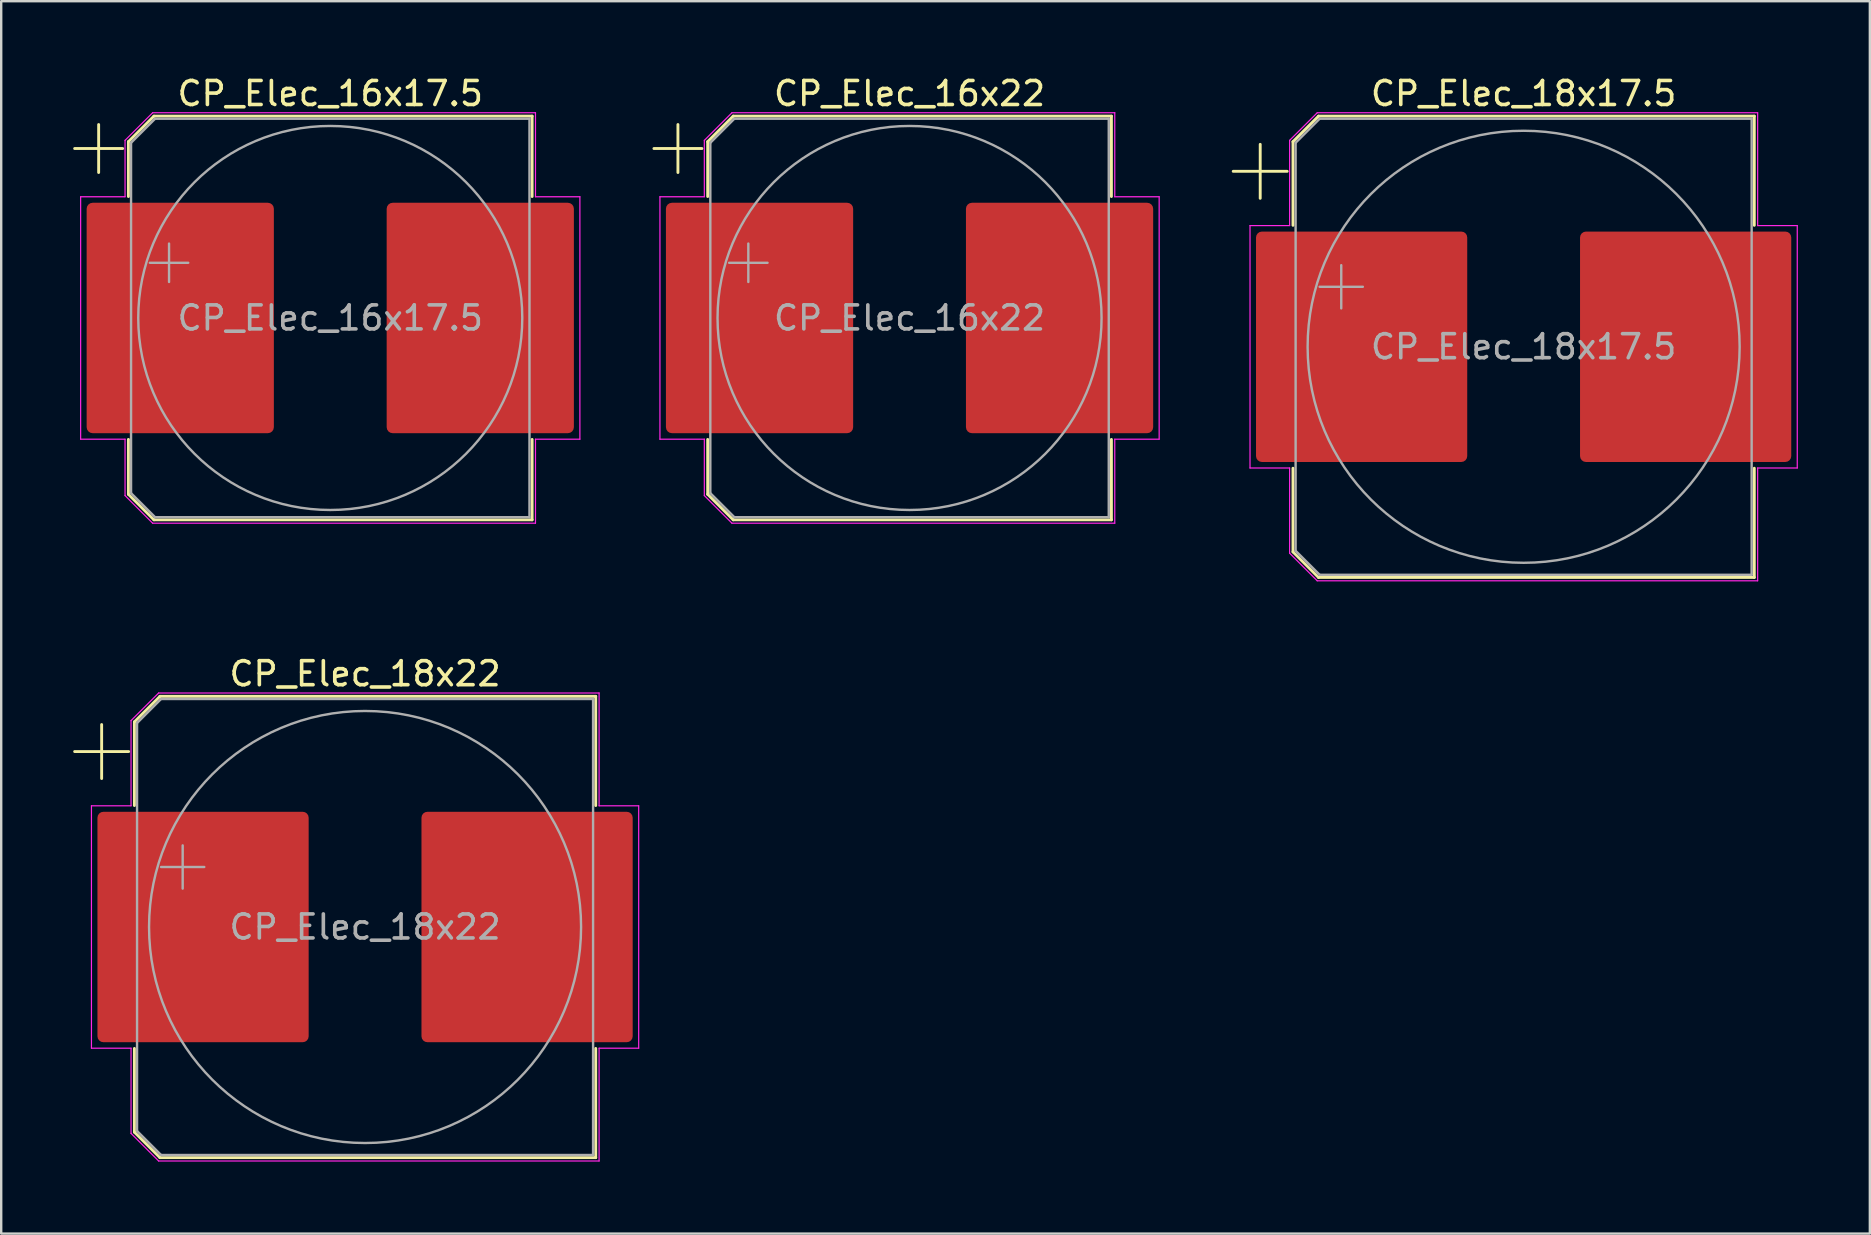
<source format=kicad_pcb>
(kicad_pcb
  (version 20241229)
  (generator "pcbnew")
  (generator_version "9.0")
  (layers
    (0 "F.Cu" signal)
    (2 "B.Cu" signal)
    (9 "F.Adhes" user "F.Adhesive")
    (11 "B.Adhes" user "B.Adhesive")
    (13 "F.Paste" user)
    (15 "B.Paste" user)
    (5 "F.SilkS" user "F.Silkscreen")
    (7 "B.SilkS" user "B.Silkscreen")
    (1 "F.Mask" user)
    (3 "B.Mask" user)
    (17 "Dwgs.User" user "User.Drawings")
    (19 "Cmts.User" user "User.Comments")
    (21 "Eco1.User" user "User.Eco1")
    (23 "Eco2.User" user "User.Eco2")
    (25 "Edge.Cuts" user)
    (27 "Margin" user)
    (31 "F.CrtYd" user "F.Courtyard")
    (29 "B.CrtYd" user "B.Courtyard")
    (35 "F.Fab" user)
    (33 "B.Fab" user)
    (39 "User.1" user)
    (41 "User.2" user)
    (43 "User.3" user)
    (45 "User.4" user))
  (footprint "CP_Elec_18x17.5"
    (layer "F.Cu")
    (at 60.43 11.398)
    (property "Reference" "CP_Elec_18x17.5" (at 0 -10.55 0) (layer "F.SilkS") (effects (font (size 1 1) (thickness 0.15))))
    (attr smd)
    (fp_line (start -12.1 -7.31) (end -9.85 -7.31) (stroke (width 0.12) (type solid)) (layer "F.SilkS"))
    (fp_line (start -10.975 -8.435) (end -10.975 -6.185) (stroke (width 0.12) (type solid)) (layer "F.SilkS"))
    (fp_line (start -9.61 -8.546) (end -9.61 -5.06) (stroke (width 0.12) (type solid)) (layer "F.SilkS"))
    (fp_line (start -9.61 -8.546) (end -8.546 -9.61) (stroke (width 0.12) (type solid)) (layer "F.SilkS"))
    (fp_line (start -9.61 8.546) (end -9.61 5.06) (stroke (width 0.12) (type solid)) (layer "F.SilkS"))
    (fp_line (start -9.61 8.546) (end -8.546 9.61) (stroke (width 0.12) (type solid)) (layer "F.SilkS"))
    (fp_line (start -8.546 -9.61) (end 9.61 -9.61) (stroke (width 0.12) (type solid)) (layer "F.SilkS"))
    (fp_line (start -8.546 9.61) (end 9.61 9.61) (stroke (width 0.12) (type solid)) (layer "F.SilkS"))
    (fp_line (start 9.61 -9.61) (end 9.61 -5.06) (stroke (width 0.12) (type solid)) (layer "F.SilkS"))
    (fp_line (start 9.61 9.61) (end 9.61 5.06) (stroke (width 0.12) (type solid)) (layer "F.SilkS"))
    (fp_line (start -11.4 -5.05) (end -11.4 5.05) (stroke (width 0.05) (type solid)) (layer "F.CrtYd"))
    (fp_line (start -11.4 5.05) (end -9.75 5.05) (stroke (width 0.05) (type solid)) (layer "F.CrtYd"))
    (fp_line (start -9.75 -8.6) (end -9.75 -5.05) (stroke (width 0.05) (type solid)) (layer "F.CrtYd"))
    (fp_line (start -9.75 -8.6) (end -8.6 -9.75) (stroke (width 0.05) (type solid)) (layer "F.CrtYd"))
    (fp_line (start -9.75 -5.05) (end -11.4 -5.05) (stroke (width 0.05) (type solid)) (layer "F.CrtYd"))
    (fp_line (start -9.75 5.05) (end -9.75 8.6) (stroke (width 0.05) (type solid)) (layer "F.CrtYd"))
    (fp_line (start -9.75 8.6) (end -8.6 9.75) (stroke (width 0.05) (type solid)) (layer "F.CrtYd"))
    (fp_line (start -8.6 -9.75) (end 9.75 -9.75) (stroke (width 0.05) (type solid)) (layer "F.CrtYd"))
    (fp_line (start -8.6 9.75) (end 9.75 9.75) (stroke (width 0.05) (type solid)) (layer "F.CrtYd"))
    (fp_line (start 9.75 -9.75) (end 9.75 -5.05) (stroke (width 0.05) (type solid)) (layer "F.CrtYd"))
    (fp_line (start 9.75 -5.05) (end 11.4 -5.05) (stroke (width 0.05) (type solid)) (layer "F.CrtYd"))
    (fp_line (start 9.75 5.05) (end 9.75 9.75) (stroke (width 0.05) (type solid)) (layer "F.CrtYd"))
    (fp_line (start 11.4 -5.05) (end 11.4 5.05) (stroke (width 0.05) (type solid)) (layer "F.CrtYd"))
    (fp_line (start 11.4 5.05) (end 9.75 5.05) (stroke (width 0.05) (type solid)) (layer "F.CrtYd"))
    (fp_line (start -9.5 -8.5) (end -9.5 8.5) (stroke (width 0.1) (type solid)) (layer "F.Fab"))
    (fp_line (start -9.5 -8.5) (end -8.5 -9.5) (stroke (width 0.1) (type solid)) (layer "F.Fab"))
    (fp_line (start -9.5 8.5) (end -8.5 9.5) (stroke (width 0.1) (type solid)) (layer "F.Fab"))
    (fp_line (start -8.5 -9.5) (end 9.5 -9.5) (stroke (width 0.1) (type solid)) (layer "F.Fab"))
    (fp_line (start -8.5 9.5) (end 9.5 9.5) (stroke (width 0.1) (type solid)) (layer "F.Fab"))
    (fp_line (start -8.499 -2.5) (end -6.699 -2.5) (stroke (width 0.1) (type solid)) (layer "F.Fab"))
    (fp_line (start -7.599 -3.4) (end -7.599 -1.6) (stroke (width 0.1) (type solid)) (layer "F.Fab"))
    (fp_line (start 9.5 -9.5) (end 9.5 9.5) (stroke (width 0.1) (type solid)) (layer "F.Fab"))
    (fp_circle (center 0 0) (end 9 0) (stroke (width 0.1) (type solid)) (fill no) (layer "F.Fab"))
    (fp_text user "${REFERENCE}" (at 0 0 0) (layer "F.Fab") (effects (font (size 1 1) (thickness 0.15))))
    (pad "1" smd roundrect (at -6.75 0) (size 8.8 9.6) (layers "F.Cu" "F.Mask" "F.Paste") (roundrect_rratio 0.028))
    (pad "2" smd roundrect (at 6.75 0) (size 8.8 9.6) (layers "F.Cu" "F.Mask" "F.Paste") (roundrect_rratio 0.028)))
  (footprint "CP_Elec_18x22"
    (layer "F.Cu")
    (at 12.16 35.572)
    (property "Reference" "CP_Elec_18x22" (at 0 -10.55 0) (layer "F.SilkS") (effects (font (size 1 1) (thickness 0.15))))
    (attr smd)
    (fp_line (start -12.1 -7.31) (end -9.85 -7.31) (stroke (width 0.12) (type solid)) (layer "F.SilkS"))
    (fp_line (start -10.975 -8.435) (end -10.975 -6.185) (stroke (width 0.12) (type solid)) (layer "F.SilkS"))
    (fp_line (start -9.61 -8.546) (end -9.61 -5.06) (stroke (width 0.12) (type solid)) (layer "F.SilkS"))
    (fp_line (start -9.61 -8.546) (end -8.546 -9.61) (stroke (width 0.12) (type solid)) (layer "F.SilkS"))
    (fp_line (start -9.61 8.546) (end -9.61 5.06) (stroke (width 0.12) (type solid)) (layer "F.SilkS"))
    (fp_line (start -9.61 8.546) (end -8.546 9.61) (stroke (width 0.12) (type solid)) (layer "F.SilkS"))
    (fp_line (start -8.546 -9.61) (end 9.61 -9.61) (stroke (width 0.12) (type solid)) (layer "F.SilkS"))
    (fp_line (start -8.546 9.61) (end 9.61 9.61) (stroke (width 0.12) (type solid)) (layer "F.SilkS"))
    (fp_line (start 9.61 -9.61) (end 9.61 -5.06) (stroke (width 0.12) (type solid)) (layer "F.SilkS"))
    (fp_line (start 9.61 9.61) (end 9.61 5.06) (stroke (width 0.12) (type solid)) (layer "F.SilkS"))
    (fp_line (start -11.4 -5.05) (end -11.4 5.05) (stroke (width 0.05) (type solid)) (layer "F.CrtYd"))
    (fp_line (start -11.4 5.05) (end -9.75 5.05) (stroke (width 0.05) (type solid)) (layer "F.CrtYd"))
    (fp_line (start -9.75 -8.6) (end -9.75 -5.05) (stroke (width 0.05) (type solid)) (layer "F.CrtYd"))
    (fp_line (start -9.75 -8.6) (end -8.6 -9.75) (stroke (width 0.05) (type solid)) (layer "F.CrtYd"))
    (fp_line (start -9.75 -5.05) (end -11.4 -5.05) (stroke (width 0.05) (type solid)) (layer "F.CrtYd"))
    (fp_line (start -9.75 5.05) (end -9.75 8.6) (stroke (width 0.05) (type solid)) (layer "F.CrtYd"))
    (fp_line (start -9.75 8.6) (end -8.6 9.75) (stroke (width 0.05) (type solid)) (layer "F.CrtYd"))
    (fp_line (start -8.6 -9.75) (end 9.75 -9.75) (stroke (width 0.05) (type solid)) (layer "F.CrtYd"))
    (fp_line (start -8.6 9.75) (end 9.75 9.75) (stroke (width 0.05) (type solid)) (layer "F.CrtYd"))
    (fp_line (start 9.75 -9.75) (end 9.75 -5.05) (stroke (width 0.05) (type solid)) (layer "F.CrtYd"))
    (fp_line (start 9.75 -5.05) (end 11.4 -5.05) (stroke (width 0.05) (type solid)) (layer "F.CrtYd"))
    (fp_line (start 9.75 5.05) (end 9.75 9.75) (stroke (width 0.05) (type solid)) (layer "F.CrtYd"))
    (fp_line (start 11.4 -5.05) (end 11.4 5.05) (stroke (width 0.05) (type solid)) (layer "F.CrtYd"))
    (fp_line (start 11.4 5.05) (end 9.75 5.05) (stroke (width 0.05) (type solid)) (layer "F.CrtYd"))
    (fp_line (start -9.5 -8.5) (end -9.5 8.5) (stroke (width 0.1) (type solid)) (layer "F.Fab"))
    (fp_line (start -9.5 -8.5) (end -8.5 -9.5) (stroke (width 0.1) (type solid)) (layer "F.Fab"))
    (fp_line (start -9.5 8.5) (end -8.5 9.5) (stroke (width 0.1) (type solid)) (layer "F.Fab"))
    (fp_line (start -8.5 -9.5) (end 9.5 -9.5) (stroke (width 0.1) (type solid)) (layer "F.Fab"))
    (fp_line (start -8.5 9.5) (end 9.5 9.5) (stroke (width 0.1) (type solid)) (layer "F.Fab"))
    (fp_line (start -8.499 -2.5) (end -6.699 -2.5) (stroke (width 0.1) (type solid)) (layer "F.Fab"))
    (fp_line (start -7.599 -3.4) (end -7.599 -1.6) (stroke (width 0.1) (type solid)) (layer "F.Fab"))
    (fp_line (start 9.5 -9.5) (end 9.5 9.5) (stroke (width 0.1) (type solid)) (layer "F.Fab"))
    (fp_circle (center 0 0) (end 9 0) (stroke (width 0.1) (type solid)) (fill no) (layer "F.Fab"))
    (fp_text user "${REFERENCE}" (at 0 0 0) (layer "F.Fab") (effects (font (size 1 1) (thickness 0.15))))
    (pad "1" smd roundrect (at -6.75 0) (size 8.8 9.6) (layers "F.Cu" "F.Mask" "F.Paste") (roundrect_rratio 0.028))
    (pad "2" smd roundrect (at 6.75 0) (size 8.8 9.6) (layers "F.Cu" "F.Mask" "F.Paste") (roundrect_rratio 0.028)))
  (footprint "CP_Elec_16x17.5"
    (layer "F.Cu")
    (at 10.71 10.198)
    (property "Reference" "CP_Elec_16x17.5" (at 0 -9.35 0) (layer "F.SilkS") (effects (font (size 1 1) (thickness 0.15))))
    (attr smd)
    (fp_line (start -10.65 -7.06) (end -8.65 -7.06) (stroke (width 0.12) (type solid)) (layer "F.SilkS"))
    (fp_line (start -9.65 -8.06) (end -9.65 -6.06) (stroke (width 0.12) (type solid)) (layer "F.SilkS"))
    (fp_line (start -8.41 -7.346) (end -8.41 -5.06) (stroke (width 0.12) (type solid)) (layer "F.SilkS"))
    (fp_line (start -8.41 -7.346) (end -7.346 -8.41) (stroke (width 0.12) (type solid)) (layer "F.SilkS"))
    (fp_line (start -8.41 7.346) (end -8.41 5.06) (stroke (width 0.12) (type solid)) (layer "F.SilkS"))
    (fp_line (start -8.41 7.346) (end -7.346 8.41) (stroke (width 0.12) (type solid)) (layer "F.SilkS"))
    (fp_line (start -7.346 -8.41) (end 8.41 -8.41) (stroke (width 0.12) (type solid)) (layer "F.SilkS"))
    (fp_line (start -7.346 8.41) (end 8.41 8.41) (stroke (width 0.12) (type solid)) (layer "F.SilkS"))
    (fp_line (start 8.41 -8.41) (end 8.41 -5.06) (stroke (width 0.12) (type solid)) (layer "F.SilkS"))
    (fp_line (start 8.41 8.41) (end 8.41 5.06) (stroke (width 0.12) (type solid)) (layer "F.SilkS"))
    (fp_line (start -10.4 -5.05) (end -10.4 5.05) (stroke (width 0.05) (type solid)) (layer "F.CrtYd"))
    (fp_line (start -10.4 5.05) (end -8.55 5.05) (stroke (width 0.05) (type solid)) (layer "F.CrtYd"))
    (fp_line (start -8.55 -7.4) (end -8.55 -5.05) (stroke (width 0.05) (type solid)) (layer "F.CrtYd"))
    (fp_line (start -8.55 -7.4) (end -7.4 -8.55) (stroke (width 0.05) (type solid)) (layer "F.CrtYd"))
    (fp_line (start -8.55 -5.05) (end -10.4 -5.05) (stroke (width 0.05) (type solid)) (layer "F.CrtYd"))
    (fp_line (start -8.55 5.05) (end -8.55 7.4) (stroke (width 0.05) (type solid)) (layer "F.CrtYd"))
    (fp_line (start -8.55 7.4) (end -7.4 8.55) (stroke (width 0.05) (type solid)) (layer "F.CrtYd"))
    (fp_line (start -7.4 -8.55) (end 8.55 -8.55) (stroke (width 0.05) (type solid)) (layer "F.CrtYd"))
    (fp_line (start -7.4 8.55) (end 8.55 8.55) (stroke (width 0.05) (type solid)) (layer "F.CrtYd"))
    (fp_line (start 8.55 -8.55) (end 8.55 -5.05) (stroke (width 0.05) (type solid)) (layer "F.CrtYd"))
    (fp_line (start 8.55 -5.05) (end 10.4 -5.05) (stroke (width 0.05) (type solid)) (layer "F.CrtYd"))
    (fp_line (start 8.55 5.05) (end 8.55 8.55) (stroke (width 0.05) (type solid)) (layer "F.CrtYd"))
    (fp_line (start 10.4 -5.05) (end 10.4 5.05) (stroke (width 0.05) (type solid)) (layer "F.CrtYd"))
    (fp_line (start 10.4 5.05) (end 8.55 5.05) (stroke (width 0.05) (type solid)) (layer "F.CrtYd"))
    (fp_line (start -8.3 -7.3) (end -8.3 7.3) (stroke (width 0.1) (type solid)) (layer "F.Fab"))
    (fp_line (start -8.3 -7.3) (end -7.3 -8.3) (stroke (width 0.1) (type solid)) (layer "F.Fab"))
    (fp_line (start -8.3 7.3) (end -7.3 8.3) (stroke (width 0.1) (type solid)) (layer "F.Fab"))
    (fp_line (start -7.517 -2.3) (end -5.917 -2.3) (stroke (width 0.1) (type solid)) (layer "F.Fab"))
    (fp_line (start -7.3 -8.3) (end 8.3 -8.3) (stroke (width 0.1) (type solid)) (layer "F.Fab"))
    (fp_line (start -7.3 8.3) (end 8.3 8.3) (stroke (width 0.1) (type solid)) (layer "F.Fab"))
    (fp_line (start -6.717 -3.1) (end -6.717 -1.5) (stroke (width 0.1) (type solid)) (layer "F.Fab"))
    (fp_line (start 8.3 -8.3) (end 8.3 8.3) (stroke (width 0.1) (type solid)) (layer "F.Fab"))
    (fp_circle (center 0 0) (end 8 0) (stroke (width 0.1) (type solid)) (fill no) (layer "F.Fab"))
    (fp_text user "${REFERENCE}" (at 0 0 0) (layer "F.Fab") (effects (font (size 1 1) (thickness 0.15))))
    (pad "1" smd roundrect (at -6.25 0) (size 7.8 9.6) (layers "F.Cu" "F.Mask" "F.Paste") (roundrect_rratio 0.032))
    (pad "2" smd roundrect (at 6.25 0) (size 7.8 9.6) (layers "F.Cu" "F.Mask" "F.Paste") (roundrect_rratio 0.032)))
  (footprint "CP_Elec_16x22"
    (layer "F.Cu")
    (at 34.845 10.198)
    (property "Reference" "CP_Elec_16x22" (at 0 -9.35 0) (layer "F.SilkS") (effects (font (size 1 1) (thickness 0.15))))
    (attr smd)
    (fp_line (start -10.65 -7.06) (end -8.65 -7.06) (stroke (width 0.12) (type solid)) (layer "F.SilkS"))
    (fp_line (start -9.65 -8.06) (end -9.65 -6.06) (stroke (width 0.12) (type solid)) (layer "F.SilkS"))
    (fp_line (start -8.41 -7.346) (end -8.41 -5.06) (stroke (width 0.12) (type solid)) (layer "F.SilkS"))
    (fp_line (start -8.41 -7.346) (end -7.346 -8.41) (stroke (width 0.12) (type solid)) (layer "F.SilkS"))
    (fp_line (start -8.41 7.346) (end -8.41 5.06) (stroke (width 0.12) (type solid)) (layer "F.SilkS"))
    (fp_line (start -8.41 7.346) (end -7.346 8.41) (stroke (width 0.12) (type solid)) (layer "F.SilkS"))
    (fp_line (start -7.346 -8.41) (end 8.41 -8.41) (stroke (width 0.12) (type solid)) (layer "F.SilkS"))
    (fp_line (start -7.346 8.41) (end 8.41 8.41) (stroke (width 0.12) (type solid)) (layer "F.SilkS"))
    (fp_line (start 8.41 -8.41) (end 8.41 -5.06) (stroke (width 0.12) (type solid)) (layer "F.SilkS"))
    (fp_line (start 8.41 8.41) (end 8.41 5.06) (stroke (width 0.12) (type solid)) (layer "F.SilkS"))
    (fp_line (start -10.4 -5.05) (end -10.4 5.05) (stroke (width 0.05) (type solid)) (layer "F.CrtYd"))
    (fp_line (start -10.4 5.05) (end -8.55 5.05) (stroke (width 0.05) (type solid)) (layer "F.CrtYd"))
    (fp_line (start -8.55 -7.4) (end -8.55 -5.05) (stroke (width 0.05) (type solid)) (layer "F.CrtYd"))
    (fp_line (start -8.55 -7.4) (end -7.4 -8.55) (stroke (width 0.05) (type solid)) (layer "F.CrtYd"))
    (fp_line (start -8.55 -5.05) (end -10.4 -5.05) (stroke (width 0.05) (type solid)) (layer "F.CrtYd"))
    (fp_line (start -8.55 5.05) (end -8.55 7.4) (stroke (width 0.05) (type solid)) (layer "F.CrtYd"))
    (fp_line (start -8.55 7.4) (end -7.4 8.55) (stroke (width 0.05) (type solid)) (layer "F.CrtYd"))
    (fp_line (start -7.4 -8.55) (end 8.55 -8.55) (stroke (width 0.05) (type solid)) (layer "F.CrtYd"))
    (fp_line (start -7.4 8.55) (end 8.55 8.55) (stroke (width 0.05) (type solid)) (layer "F.CrtYd"))
    (fp_line (start 8.55 -8.55) (end 8.55 -5.05) (stroke (width 0.05) (type solid)) (layer "F.CrtYd"))
    (fp_line (start 8.55 -5.05) (end 10.4 -5.05) (stroke (width 0.05) (type solid)) (layer "F.CrtYd"))
    (fp_line (start 8.55 5.05) (end 8.55 8.55) (stroke (width 0.05) (type solid)) (layer "F.CrtYd"))
    (fp_line (start 10.4 -5.05) (end 10.4 5.05) (stroke (width 0.05) (type solid)) (layer "F.CrtYd"))
    (fp_line (start 10.4 5.05) (end 8.55 5.05) (stroke (width 0.05) (type solid)) (layer "F.CrtYd"))
    (fp_line (start -8.3 -7.3) (end -8.3 7.3) (stroke (width 0.1) (type solid)) (layer "F.Fab"))
    (fp_line (start -8.3 -7.3) (end -7.3 -8.3) (stroke (width 0.1) (type solid)) (layer "F.Fab"))
    (fp_line (start -8.3 7.3) (end -7.3 8.3) (stroke (width 0.1) (type solid)) (layer "F.Fab"))
    (fp_line (start -7.517 -2.3) (end -5.917 -2.3) (stroke (width 0.1) (type solid)) (layer "F.Fab"))
    (fp_line (start -7.3 -8.3) (end 8.3 -8.3) (stroke (width 0.1) (type solid)) (layer "F.Fab"))
    (fp_line (start -7.3 8.3) (end 8.3 8.3) (stroke (width 0.1) (type solid)) (layer "F.Fab"))
    (fp_line (start -6.717 -3.1) (end -6.717 -1.5) (stroke (width 0.1) (type solid)) (layer "F.Fab"))
    (fp_line (start 8.3 -8.3) (end 8.3 8.3) (stroke (width 0.1) (type solid)) (layer "F.Fab"))
    (fp_circle (center 0 0) (end 8 0) (stroke (width 0.1) (type solid)) (fill no) (layer "F.Fab"))
    (fp_text user "${REFERENCE}" (at 0 0 0) (layer "F.Fab") (effects (font (size 1 1) (thickness 0.15))))
    (pad "1" smd roundrect (at -6.25 0) (size 7.8 9.6) (layers "F.Cu" "F.Mask" "F.Paste") (roundrect_rratio 0.032))
    (pad "2" smd roundrect (at 6.25 0) (size 7.8 9.6) (layers "F.Cu" "F.Mask" "F.Paste") (roundrect_rratio 0.032)))
  (gr_rect
    (start -3 -3)
    (end 74.855 48.346)
    (stroke (width 0.1) (type default))
    (fill no)
    (layer "Edge.Cuts")))
</source>
